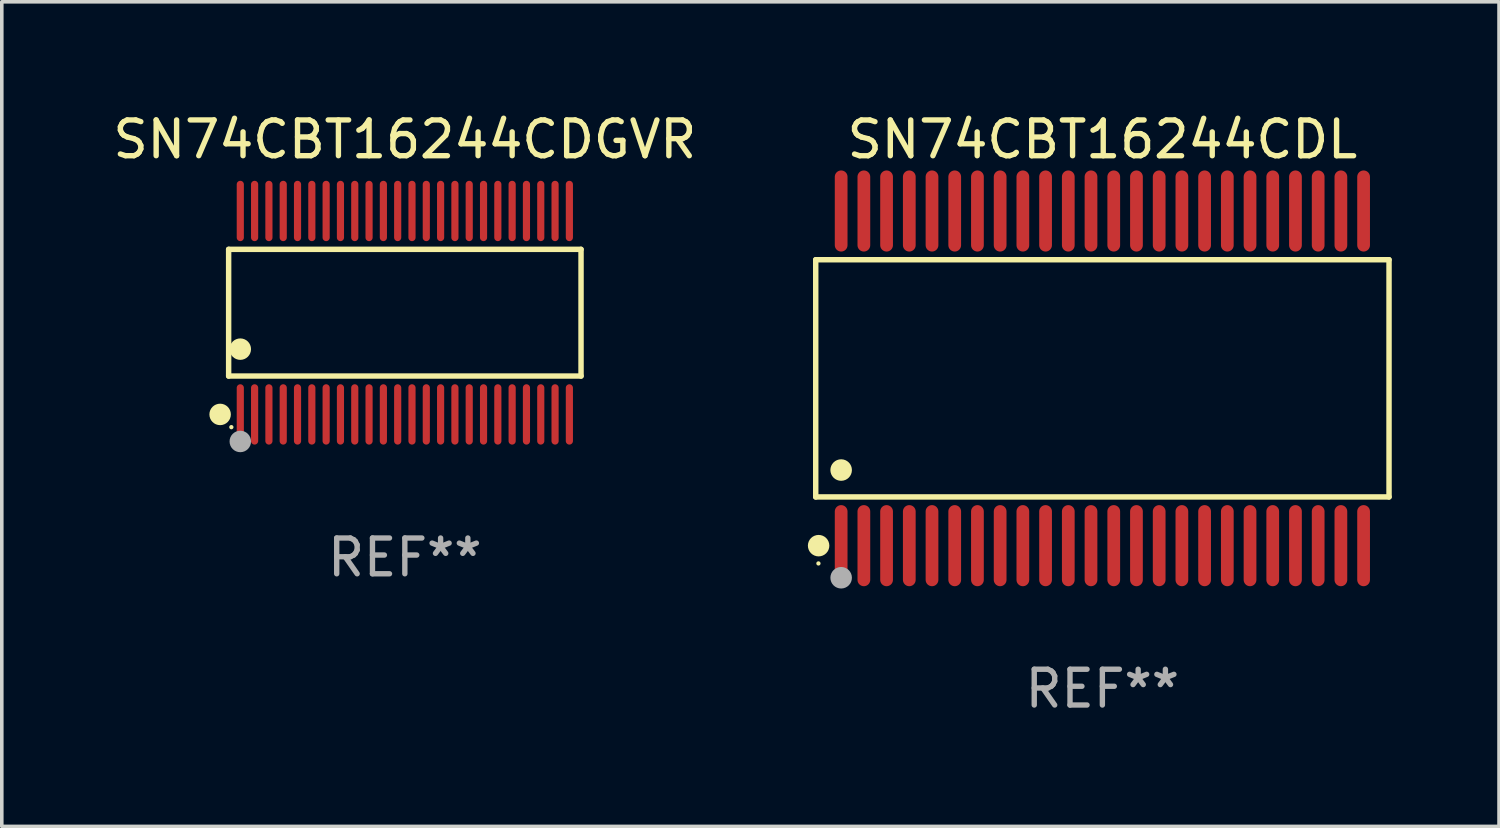
<source format=kicad_pcb>
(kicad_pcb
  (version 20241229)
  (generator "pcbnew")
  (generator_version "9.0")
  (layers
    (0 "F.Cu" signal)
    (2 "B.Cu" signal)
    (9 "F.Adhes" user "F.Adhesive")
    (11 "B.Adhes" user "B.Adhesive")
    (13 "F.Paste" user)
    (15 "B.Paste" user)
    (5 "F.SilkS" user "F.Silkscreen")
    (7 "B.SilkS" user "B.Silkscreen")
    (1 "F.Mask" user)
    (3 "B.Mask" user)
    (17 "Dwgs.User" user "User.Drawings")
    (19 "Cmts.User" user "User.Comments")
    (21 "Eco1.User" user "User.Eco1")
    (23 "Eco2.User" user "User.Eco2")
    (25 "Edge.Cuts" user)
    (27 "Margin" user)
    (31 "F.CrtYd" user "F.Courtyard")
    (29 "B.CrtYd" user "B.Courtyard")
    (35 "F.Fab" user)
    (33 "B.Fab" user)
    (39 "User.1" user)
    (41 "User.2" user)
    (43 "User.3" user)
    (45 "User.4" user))
  (footprint "SN74CBT16244CDGVR"
    (layer "F.Cu")
    (at 8.268 5.692)
    (property "Reference" "SN74CBT16244CDGVR" (at 0 -4.844 0) (layer "F.SilkS") (effects (font (size 1 1) (thickness 0.15))))
    (attr through_hole)
    (fp_line (start -4.926 -1.771) (end 4.926 -1.771) (stroke (width 0.152) (type solid)) (layer "F.SilkS"))
    (fp_line (start -4.926 1.771) (end -4.926 -1.771) (stroke (width 0.152) (type solid)) (layer "F.SilkS"))
    (fp_line (start 4.926 -1.771) (end 4.926 1.771) (stroke (width 0.152) (type solid)) (layer "F.SilkS"))
    (fp_line (start 4.926 1.771) (end -4.926 1.771) (stroke (width 0.152) (type solid)) (layer "F.SilkS"))
    (fp_circle (center -5.164 2.844) (end -5.014 2.844) (stroke (width 0.3) (type solid)) (fill no) (layer "F.SilkS"))
    (fp_circle (center -4.85 3.2) (end -4.82 3.2) (stroke (width 0.06) (type solid)) (fill no) (layer "F.SilkS"))
    (fp_circle (center -4.6 1.019) (end -4.45 1.019) (stroke (width 0.3) (type solid)) (fill no) (layer "F.SilkS"))
    (fp_circle (center -4.6 3.6) (end -4.45 3.6) (stroke (width 0.3) (type solid)) (fill no) (layer "F.Fab"))
    (fp_text user "REF**" (at 0 6.844 0) (layer "F.Fab") (effects (font (size 1 1) (thickness 0.15))))
    (pad "1" smd oval (at -4.6 2.844) (size 0.2 1.687) (layers "F.Cu" "F.Mask" "F.Paste"))
    (pad "2" smd oval (at -4.2 2.844) (size 0.2 1.687) (layers "F.Cu" "F.Mask" "F.Paste"))
    (pad "3" smd oval (at -3.8 2.844) (size 0.2 1.687) (layers "F.Cu" "F.Mask" "F.Paste"))
    (pad "4" smd oval (at -3.4 2.844) (size 0.2 1.687) (layers "F.Cu" "F.Mask" "F.Paste"))
    (pad "5" smd oval (at -3 2.844) (size 0.2 1.687) (layers "F.Cu" "F.Mask" "F.Paste"))
    (pad "6" smd oval (at -2.6 2.844) (size 0.2 1.687) (layers "F.Cu" "F.Mask" "F.Paste"))
    (pad "7" smd oval (at -2.2 2.844) (size 0.2 1.687) (layers "F.Cu" "F.Mask" "F.Paste"))
    (pad "8" smd oval (at -1.8 2.844) (size 0.2 1.687) (layers "F.Cu" "F.Mask" "F.Paste"))
    (pad "9" smd oval (at -1.4 2.844) (size 0.2 1.687) (layers "F.Cu" "F.Mask" "F.Paste"))
    (pad "10" smd oval (at -1 2.844) (size 0.2 1.687) (layers "F.Cu" "F.Mask" "F.Paste"))
    (pad "11" smd oval (at -0.6 2.844) (size 0.2 1.687) (layers "F.Cu" "F.Mask" "F.Paste"))
    (pad "12" smd oval (at -0.2 2.844) (size 0.2 1.687) (layers "F.Cu" "F.Mask" "F.Paste"))
    (pad "13" smd oval (at 0.2 2.844) (size 0.2 1.687) (layers "F.Cu" "F.Mask" "F.Paste"))
    (pad "14" smd oval (at 0.6 2.844) (size 0.2 1.687) (layers "F.Cu" "F.Mask" "F.Paste"))
    (pad "15" smd oval (at 1 2.844) (size 0.2 1.687) (layers "F.Cu" "F.Mask" "F.Paste"))
    (pad "16" smd oval (at 1.4 2.844) (size 0.2 1.687) (layers "F.Cu" "F.Mask" "F.Paste"))
    (pad "17" smd oval (at 1.8 2.844) (size 0.2 1.687) (layers "F.Cu" "F.Mask" "F.Paste"))
    (pad "18" smd oval (at 2.2 2.844) (size 0.2 1.687) (layers "F.Cu" "F.Mask" "F.Paste"))
    (pad "19" smd oval (at 2.6 2.844) (size 0.2 1.687) (layers "F.Cu" "F.Mask" "F.Paste"))
    (pad "20" smd oval (at 3 2.844) (size 0.2 1.687) (layers "F.Cu" "F.Mask" "F.Paste"))
    (pad "21" smd oval (at 3.4 2.844) (size 0.2 1.687) (layers "F.Cu" "F.Mask" "F.Paste"))
    (pad "22" smd oval (at 3.8 2.844) (size 0.2 1.687) (layers "F.Cu" "F.Mask" "F.Paste"))
    (pad "23" smd oval (at 4.2 2.844) (size 0.2 1.687) (layers "F.Cu" "F.Mask" "F.Paste"))
    (pad "24" smd oval (at 4.6 2.844) (size 0.2 1.687) (layers "F.Cu" "F.Mask" "F.Paste"))
    (pad "25" smd oval (at 4.6 -2.844) (size 0.2 1.687) (layers "F.Cu" "F.Mask" "F.Paste"))
    (pad "26" smd oval (at 4.2 -2.844) (size 0.2 1.687) (layers "F.Cu" "F.Mask" "F.Paste"))
    (pad "27" smd oval (at 3.8 -2.844) (size 0.2 1.687) (layers "F.Cu" "F.Mask" "F.Paste"))
    (pad "28" smd oval (at 3.4 -2.844) (size 0.2 1.687) (layers "F.Cu" "F.Mask" "F.Paste"))
    (pad "29" smd oval (at 3 -2.844) (size 0.2 1.687) (layers "F.Cu" "F.Mask" "F.Paste"))
    (pad "30" smd oval (at 2.6 -2.844) (size 0.2 1.687) (layers "F.Cu" "F.Mask" "F.Paste"))
    (pad "31" smd oval (at 2.2 -2.844) (size 0.2 1.687) (layers "F.Cu" "F.Mask" "F.Paste"))
    (pad "32" smd oval (at 1.8 -2.844) (size 0.2 1.687) (layers "F.Cu" "F.Mask" "F.Paste"))
    (pad "33" smd oval (at 1.4 -2.844) (size 0.2 1.687) (layers "F.Cu" "F.Mask" "F.Paste"))
    (pad "34" smd oval (at 1 -2.844) (size 0.2 1.687) (layers "F.Cu" "F.Mask" "F.Paste"))
    (pad "35" smd oval (at 0.6 -2.844) (size 0.2 1.687) (layers "F.Cu" "F.Mask" "F.Paste"))
    (pad "36" smd oval (at 0.2 -2.844) (size 0.2 1.687) (layers "F.Cu" "F.Mask" "F.Paste"))
    (pad "37" smd oval (at -0.2 -2.844) (size 0.2 1.687) (layers "F.Cu" "F.Mask" "F.Paste"))
    (pad "38" smd oval (at -0.6 -2.844) (size 0.2 1.687) (layers "F.Cu" "F.Mask" "F.Paste"))
    (pad "39" smd oval (at -1 -2.844) (size 0.2 1.687) (layers "F.Cu" "F.Mask" "F.Paste"))
    (pad "40" smd oval (at -1.4 -2.844) (size 0.2 1.687) (layers "F.Cu" "F.Mask" "F.Paste"))
    (pad "41" smd oval (at -1.8 -2.844) (size 0.2 1.687) (layers "F.Cu" "F.Mask" "F.Paste"))
    (pad "42" smd oval (at -2.2 -2.844) (size 0.2 1.687) (layers "F.Cu" "F.Mask" "F.Paste"))
    (pad "43" smd oval (at -2.6 -2.844) (size 0.2 1.687) (layers "F.Cu" "F.Mask" "F.Paste"))
    (pad "44" smd oval (at -3 -2.844) (size 0.2 1.687) (layers "F.Cu" "F.Mask" "F.Paste"))
    (pad "45" smd oval (at -3.4 -2.844) (size 0.2 1.687) (layers "F.Cu" "F.Mask" "F.Paste"))
    (pad "46" smd oval (at -3.8 -2.844) (size 0.2 1.687) (layers "F.Cu" "F.Mask" "F.Paste"))
    (pad "47" smd oval (at -4.2 -2.844) (size 0.2 1.687) (layers "F.Cu" "F.Mask" "F.Paste"))
    (pad "48" smd oval (at -4.6 -2.844) (size 0.2 1.687) (layers "F.Cu" "F.Mask" "F.Paste")))
  (footprint "SN74CBT16244CDL"
    (layer "F.Cu")
    (at 27.769 7.527)
    (property "Reference" "SN74CBT16244CDL" (at 0 -6.678 0) (layer "F.SilkS") (effects (font (size 1 1) (thickness 0.15))))
    (attr through_hole)
    (fp_line (start -8.014 -3.316) (end 8.014 -3.316) (stroke (width 0.152) (type solid)) (layer "F.SilkS"))
    (fp_line (start -8.014 3.316) (end -8.014 -3.316) (stroke (width 0.152) (type solid)) (layer "F.SilkS"))
    (fp_line (start 8.014 -3.316) (end 8.014 3.316) (stroke (width 0.152) (type solid)) (layer "F.SilkS"))
    (fp_line (start 8.014 3.316) (end -8.014 3.316) (stroke (width 0.152) (type solid)) (layer "F.SilkS"))
    (fp_circle (center -7.938 5.175) (end -7.908 5.175) (stroke (width 0.06) (type solid)) (fill no) (layer "F.SilkS"))
    (fp_circle (center -7.933 4.678) (end -7.783 4.678) (stroke (width 0.3) (type solid)) (fill no) (layer "F.SilkS"))
    (fp_circle (center -7.303 2.564) (end -7.152 2.564) (stroke (width 0.3) (type solid)) (fill no) (layer "F.SilkS"))
    (fp_circle (center -7.303 5.575) (end -7.152 5.575) (stroke (width 0.3) (type solid)) (fill no) (layer "F.Fab"))
    (fp_text user "REF**" (at 0 8.678 0) (layer "F.Fab") (effects (font (size 1 1) (thickness 0.15))))
    (pad "1" smd oval (at -7.303 4.678) (size 0.356 2.267) (layers "F.Cu" "F.Mask" "F.Paste"))
    (pad "2" smd oval (at -6.668 4.678) (size 0.356 2.267) (layers "F.Cu" "F.Mask" "F.Paste"))
    (pad "3" smd oval (at -6.033 4.678) (size 0.356 2.267) (layers "F.Cu" "F.Mask" "F.Paste"))
    (pad "4" smd oval (at -5.398 4.678) (size 0.356 2.267) (layers "F.Cu" "F.Mask" "F.Paste"))
    (pad "5" smd oval (at -4.763 4.678) (size 0.356 2.267) (layers "F.Cu" "F.Mask" "F.Paste"))
    (pad "6" smd oval (at -4.128 4.678) (size 0.356 2.267) (layers "F.Cu" "F.Mask" "F.Paste"))
    (pad "7" smd oval (at -3.493 4.678) (size 0.356 2.267) (layers "F.Cu" "F.Mask" "F.Paste"))
    (pad "8" smd oval (at -2.858 4.678) (size 0.356 2.267) (layers "F.Cu" "F.Mask" "F.Paste"))
    (pad "9" smd oval (at -2.223 4.678) (size 0.356 2.267) (layers "F.Cu" "F.Mask" "F.Paste"))
    (pad "10" smd oval (at -1.588 4.678) (size 0.356 2.267) (layers "F.Cu" "F.Mask" "F.Paste"))
    (pad "11" smd oval (at -0.953 4.678) (size 0.356 2.267) (layers "F.Cu" "F.Mask" "F.Paste"))
    (pad "12" smd oval (at -0.318 4.678) (size 0.356 2.267) (layers "F.Cu" "F.Mask" "F.Paste"))
    (pad "13" smd oval (at 0.318 4.678) (size 0.356 2.267) (layers "F.Cu" "F.Mask" "F.Paste"))
    (pad "14" smd oval (at 0.953 4.678) (size 0.356 2.267) (layers "F.Cu" "F.Mask" "F.Paste"))
    (pad "15" smd oval (at 1.588 4.678) (size 0.356 2.267) (layers "F.Cu" "F.Mask" "F.Paste"))
    (pad "16" smd oval (at 2.223 4.678) (size 0.356 2.267) (layers "F.Cu" "F.Mask" "F.Paste"))
    (pad "17" smd oval (at 2.858 4.678) (size 0.356 2.267) (layers "F.Cu" "F.Mask" "F.Paste"))
    (pad "18" smd oval (at 3.493 4.678) (size 0.356 2.267) (layers "F.Cu" "F.Mask" "F.Paste"))
    (pad "19" smd oval (at 4.128 4.678) (size 0.356 2.267) (layers "F.Cu" "F.Mask" "F.Paste"))
    (pad "20" smd oval (at 4.763 4.678) (size 0.356 2.267) (layers "F.Cu" "F.Mask" "F.Paste"))
    (pad "21" smd oval (at 5.398 4.678) (size 0.356 2.267) (layers "F.Cu" "F.Mask" "F.Paste"))
    (pad "22" smd oval (at 6.033 4.678) (size 0.356 2.267) (layers "F.Cu" "F.Mask" "F.Paste"))
    (pad "23" smd oval (at 6.668 4.678) (size 0.356 2.267) (layers "F.Cu" "F.Mask" "F.Paste"))
    (pad "24" smd oval (at 7.303 4.678) (size 0.356 2.267) (layers "F.Cu" "F.Mask" "F.Paste"))
    (pad "25" smd oval (at 7.303 -4.678) (size 0.356 2.267) (layers "F.Cu" "F.Mask" "F.Paste"))
    (pad "26" smd oval (at 6.668 -4.678) (size 0.356 2.267) (layers "F.Cu" "F.Mask" "F.Paste"))
    (pad "27" smd oval (at 6.033 -4.678) (size 0.356 2.267) (layers "F.Cu" "F.Mask" "F.Paste"))
    (pad "28" smd oval (at 5.398 -4.678) (size 0.356 2.267) (layers "F.Cu" "F.Mask" "F.Paste"))
    (pad "29" smd oval (at 4.763 -4.678) (size 0.356 2.267) (layers "F.Cu" "F.Mask" "F.Paste"))
    (pad "30" smd oval (at 4.128 -4.678) (size 0.356 2.267) (layers "F.Cu" "F.Mask" "F.Paste"))
    (pad "31" smd oval (at 3.493 -4.678) (size 0.356 2.267) (layers "F.Cu" "F.Mask" "F.Paste"))
    (pad "32" smd oval (at 2.858 -4.678) (size 0.356 2.267) (layers "F.Cu" "F.Mask" "F.Paste"))
    (pad "33" smd oval (at 2.223 -4.678) (size 0.356 2.267) (layers "F.Cu" "F.Mask" "F.Paste"))
    (pad "34" smd oval (at 1.588 -4.678) (size 0.356 2.267) (layers "F.Cu" "F.Mask" "F.Paste"))
    (pad "35" smd oval (at 0.953 -4.678) (size 0.356 2.267) (layers "F.Cu" "F.Mask" "F.Paste"))
    (pad "36" smd oval (at 0.318 -4.678) (size 0.356 2.267) (layers "F.Cu" "F.Mask" "F.Paste"))
    (pad "37" smd oval (at -0.318 -4.678) (size 0.356 2.267) (layers "F.Cu" "F.Mask" "F.Paste"))
    (pad "38" smd oval (at -0.953 -4.678) (size 0.356 2.267) (layers "F.Cu" "F.Mask" "F.Paste"))
    (pad "39" smd oval (at -1.588 -4.678) (size 0.356 2.267) (layers "F.Cu" "F.Mask" "F.Paste"))
    (pad "40" smd oval (at -2.223 -4.678) (size 0.356 2.267) (layers "F.Cu" "F.Mask" "F.Paste"))
    (pad "41" smd oval (at -2.858 -4.678) (size 0.356 2.267) (layers "F.Cu" "F.Mask" "F.Paste"))
    (pad "42" smd oval (at -3.493 -4.678) (size 0.356 2.267) (layers "F.Cu" "F.Mask" "F.Paste"))
    (pad "43" smd oval (at -4.128 -4.678) (size 0.356 2.267) (layers "F.Cu" "F.Mask" "F.Paste"))
    (pad "44" smd oval (at -4.763 -4.678) (size 0.356 2.267) (layers "F.Cu" "F.Mask" "F.Paste"))
    (pad "45" smd oval (at -5.398 -4.678) (size 0.356 2.267) (layers "F.Cu" "F.Mask" "F.Paste"))
    (pad "46" smd oval (at -6.033 -4.678) (size 0.356 2.267) (layers "F.Cu" "F.Mask" "F.Paste"))
    (pad "47" smd oval (at -6.668 -4.678) (size 0.356 2.267) (layers "F.Cu" "F.Mask" "F.Paste"))
    (pad "48" smd oval (at -7.303 -4.678) (size 0.356 2.267) (layers "F.Cu" "F.Mask" "F.Paste")))
  (gr_rect
    (start -3 -3)
    (end 38.858 20.053)
    (stroke (width 0.1) (type default))
    (fill no)
    (layer "Edge.Cuts")))
</source>
